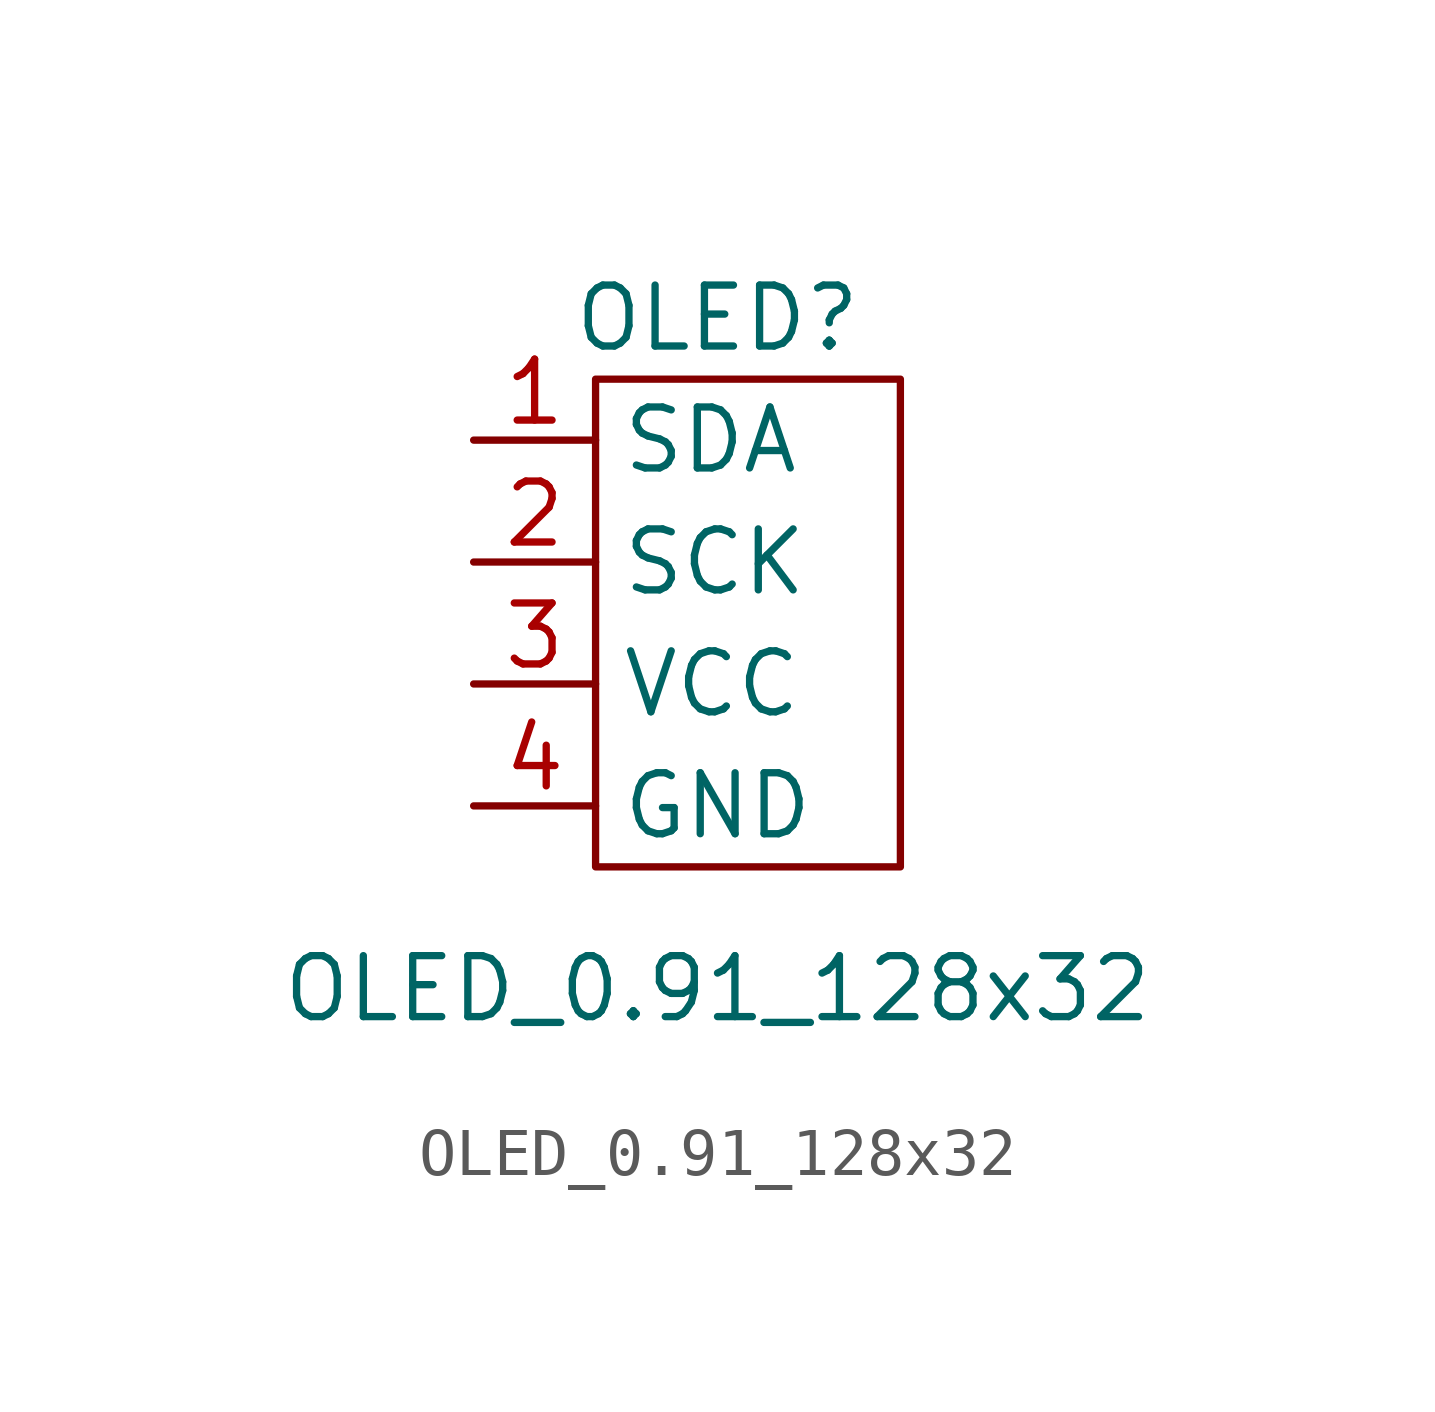
<source format=kicad_sym>
(kicad_symbol_lib
  (version 20200126)
  (host kicad_symbol_editor "(5.99.0-1933-g2401ed587)")
  (symbol "ck-parts:OLED_0.91_128x32"
    (property "Reference" "OLED"
      (at 0 -3.81 0)
      (effects (font (size 1.27 1.27))))
    (property "Value" "OLED_0.91_128x32"
      (at 0 -17.78 0)
      (effects (font (size 1.27 1.27))))
    (symbol "OLED_0.91_128x32_0_1"
      (polyline (pts (xy -2.54 -5.08) (xy -2.54 -15.24) (xy 3.81 -15.24) (xy 3.81 -5.08) (xy -2.54 -5.08)) (stroke (width 0)) (fill (type none))))
    (symbol "OLED_0.91_128x32_1_1"
      (pin input line (at -5.08 -6.35 0) (length 2.54) (name "SDA" (effects (font (size 1.27 1.27)))) (number "1" (effects (font (size 1.27 1.27)))))
      (pin input line (at -5.08 -8.89 0) (length 2.54) (name "SCK" (effects (font (size 1.27 1.27)))) (number "2" (effects (font (size 1.27 1.27)))))
      (pin input line (at -5.08 -11.43 0) (length 2.54) (name "VCC" (effects (font (size 1.27 1.27)))) (number "3" (effects (font (size 1.27 1.27)))))
      (pin input line (at -5.08 -13.97 0) (length 2.54) (name "GND" (effects (font (size 1.27 1.27)))) (number "4" (effects (font (size 1.27 1.27))))))))
</source>
